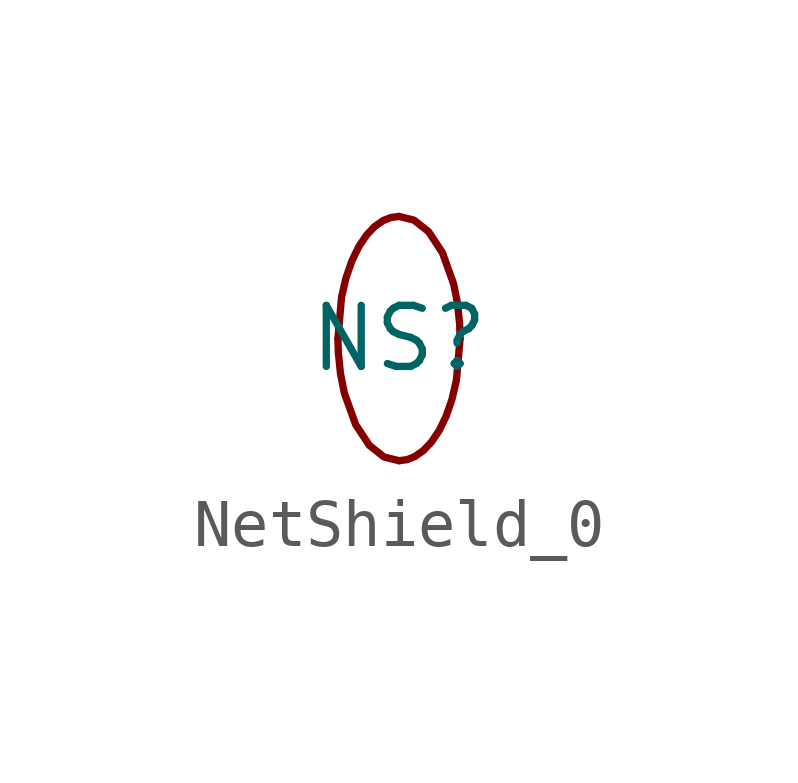
<source format=kicad_sym>
(kicad_symbol_lib
  (version 20220914)
  (generator kicad_symbol_editor)
  (symbol "NetShield_0"
    (property "Reference" "NS"
      (at 0 0 0)
      (effects (font (size 1.27 1.27))))
    (property "Value" ""
      (at 0 0 0)
      (effects (font (size 1.27 1.27))))
    (symbol "NetShield_0_0_1"
      (bezier (pts (xy -1.27 0) (xy -1.27 1.403) (xy -0.701 2.54) (xy 0 2.54)) (stroke (width 0) (type default)) (fill (type none)))
      (bezier (pts (xy 0 -2.54) (xy -0.701 -2.54) (xy -1.27 -1.403) (xy -1.27 0)) (stroke (width 0) (type default)) (fill (type none)))
      (bezier (pts (xy 0 2.54) (xy 0.701 2.54) (xy 1.27 1.403) (xy 1.27 0)) (stroke (width 0) (type default)) (fill (type none)))
      (bezier (pts (xy 1.27 0) (xy 1.27 -1.403) (xy 0.701 -2.54) (xy 0 -2.54)) (stroke (width 0) (type default)) (fill (type none))))))
</source>
